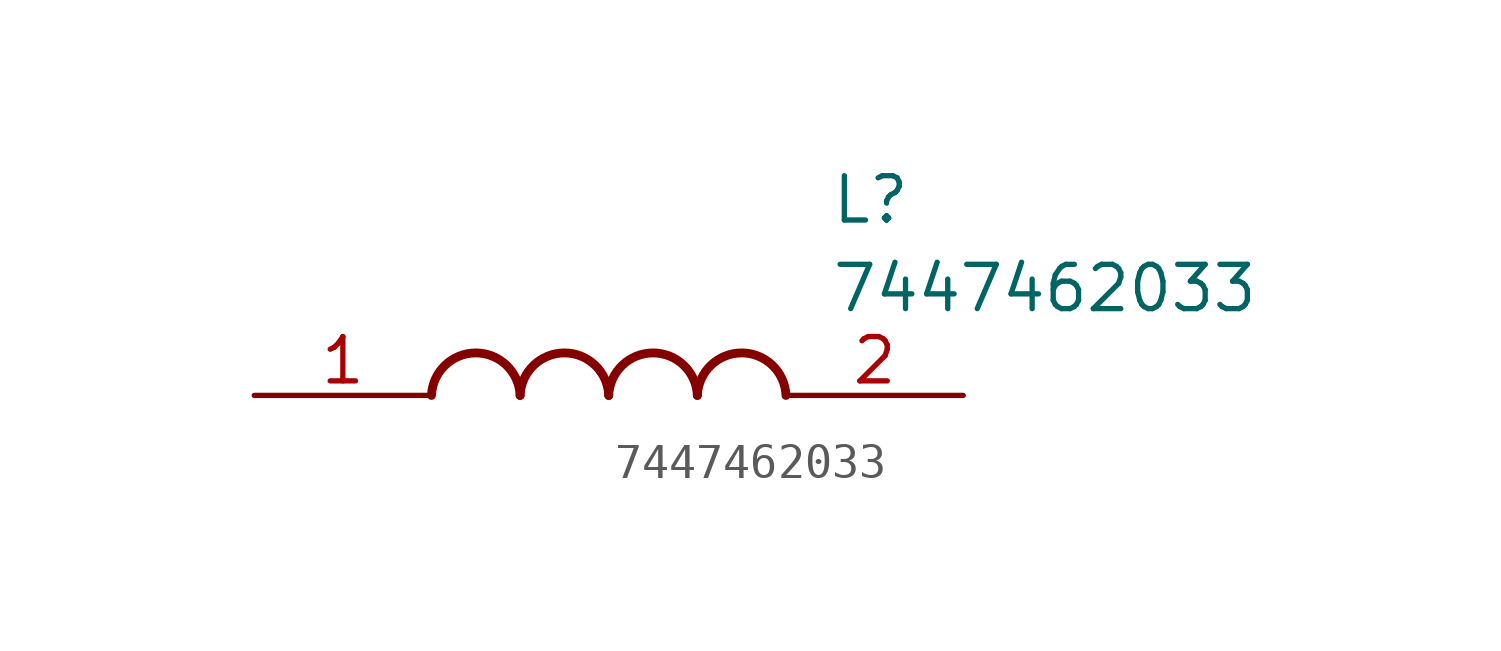
<source format=kicad_sym>
(kicad_symbol_lib
  (version 20211014)
  (generator SamacSys_ECAD_Model)
  (symbol "7447462033"
    (pin_names hide)
    (property "Reference" "L"
      (at 16.51 6.35 0)
      (effects (font (size 1.27 1.27)) (justify left top)))
    (property "Value" "7447462033"
      (at 16.51 3.81 0)
      (effects (font (size 1.27 1.27)) (justify left top)))
    (arc
      (start 7.62 0)
      (mid 6.35 1.219)
      (end 5.08 0)
      (stroke (width 0.254) (type default))
      (fill (type none)))
    (arc
      (start 10.16 0)
      (mid 8.89 1.219)
      (end 7.62 0)
      (stroke (width 0.254) (type default))
      (fill (type none)))
    (arc
      (start 12.7 0)
      (mid 11.43 1.219)
      (end 10.16 0)
      (stroke (width 0.254) (type default))
      (fill (type none)))
    (arc
      (start 15.24 0)
      (mid 13.97 1.219)
      (end 12.7 0)
      (stroke (width 0.254) (type default))
      (fill (type none)))
    (pin passive line
      (at 0 0 0)
      (length 5.08)
      (name "1" (effects (font (size 1.27 1.27))))
      (number "1" (effects (font (size 1.27 1.27)))))
    (pin passive line
      (at 20.32 0 180)
      (length 5.08)
      (name "2" (effects (font (size 1.27 1.27))))
      (number "2" (effects (font (size 1.27 1.27)))))))
</source>
